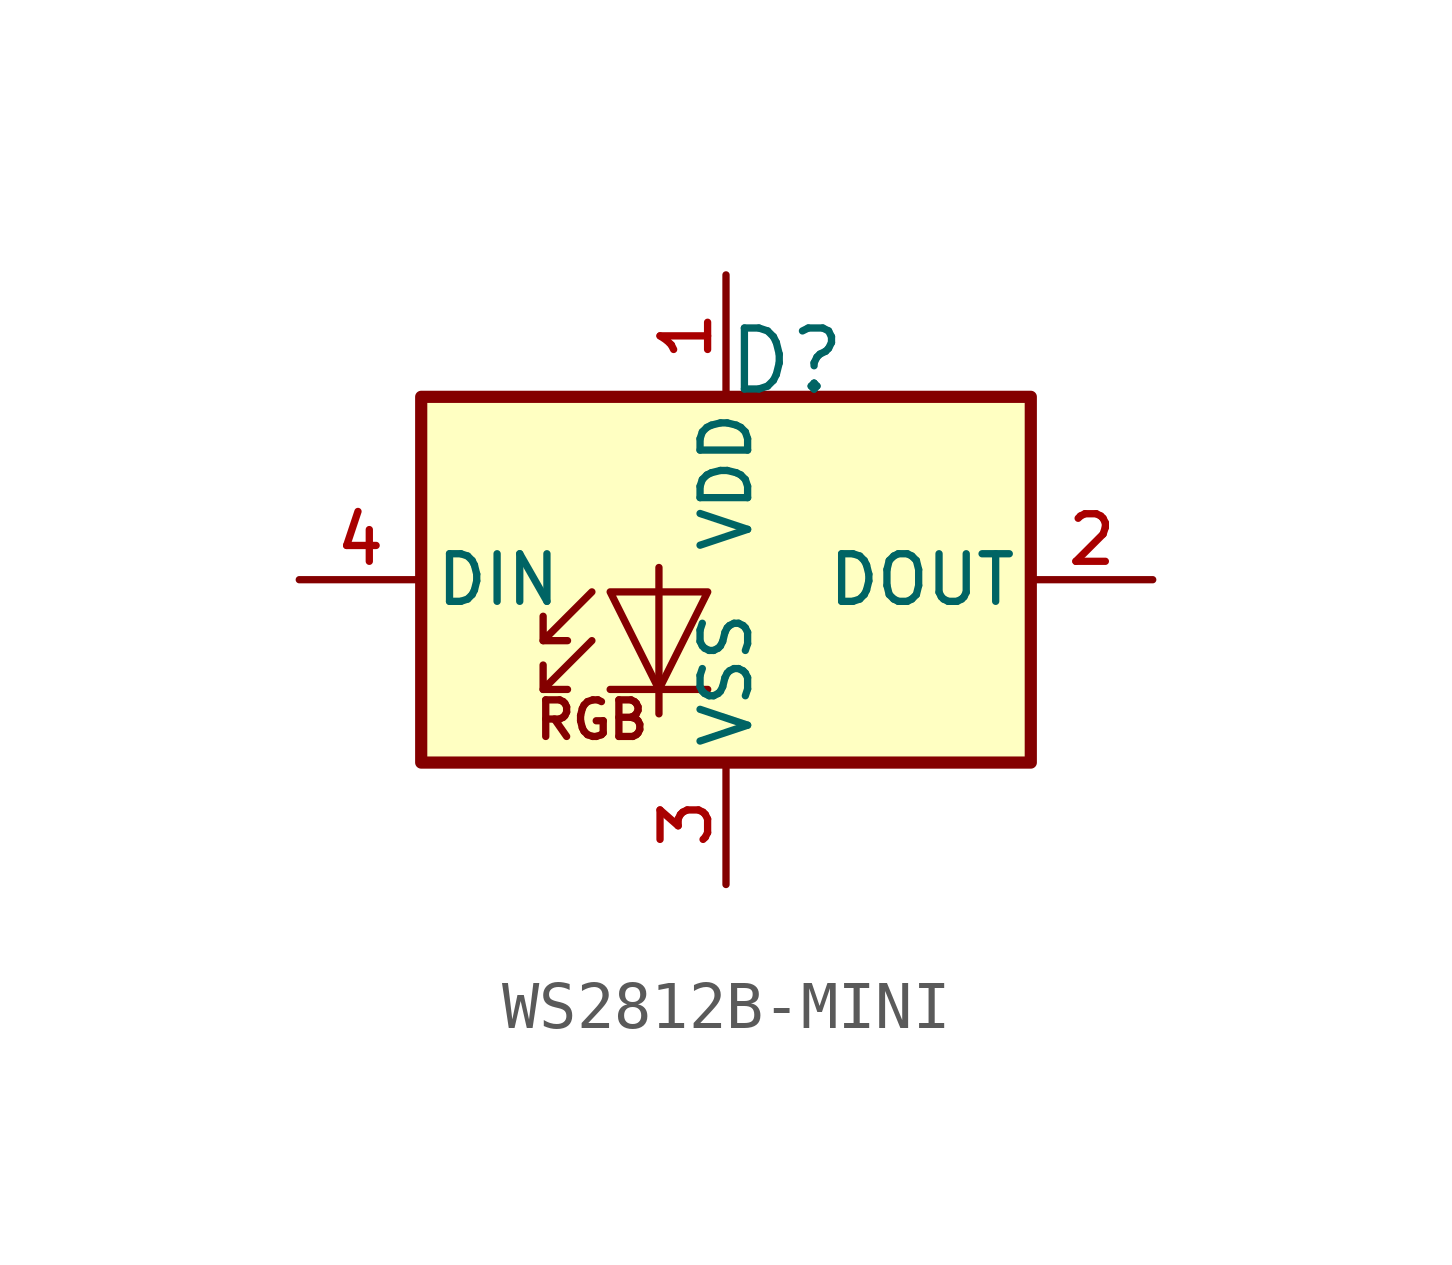
<source format=kicad_sym>
(kicad_symbol_lib
  (version 20211014)
  (generator kicad_symbol_editor)
  (symbol "WS2812B-MINI"
    (pin_names
      (offset 0.254))
    (property "Reference" "D"
      (at 2.54 3.81 0)
      (effects (font (size 1.27 1.27)) (justify right bottom)))
    (symbol "WS2812B-MINI_0_0"
      (text "RGB" (at -2.794 -2.921 0) (effects (font (size 0.762 0.762)))))
    (symbol "WS2812B-MINI_0_1"
      (polyline (pts (xy -3.81 -2.286) (xy -3.302 -2.286)) (stroke (width 0) (type default) (color 0 0 0 0)) (fill (type none)))
      (polyline (pts (xy -3.81 -1.27) (xy -3.302 -1.27)) (stroke (width 0) (type default) (color 0 0 0 0)) (fill (type none)))
      (polyline (pts (xy -0.381 -2.286) (xy -2.413 -2.286)) (stroke (width 0) (type default) (color 0 0 0 0)) (fill (type none)))
      (polyline (pts (xy -2.794 -1.27) (xy -3.81 -2.286) (xy -3.81 -1.778)) (stroke (width 0) (type default) (color 0 0 0 0)) (fill (type none)))
      (polyline (pts (xy -2.794 -0.254) (xy -3.81 -1.27) (xy -3.81 -0.762)) (stroke (width 0) (type default) (color 0 0 0 0)) (fill (type none)))
      (polyline (pts (xy -1.397 0.254) (xy -1.397 -2.286) (xy -1.397 -2.794)) (stroke (width 0) (type default) (color 0 0 0 0)) (fill (type none)))
      (polyline (pts (xy -0.381 -0.254) (xy -2.413 -0.254) (xy -1.397 -2.286) (xy -0.381 -0.254)) (stroke (width 0) (type default) (color 0 0 0 0)) (fill (type none)))
      (rectangle (start 6.35 3.81) (end -6.35 -3.81) (stroke (width 0.254) (type default) (color 0 0 0 0)) (fill (type background))))
    (symbol "WS2812B-MINI_1_1"
      (pin power_in line (at 0 6.35 270) (length 2.54) (name "VDD" (effects (font (size 0.991 0.991)))) (number "1" (effects (font (size 0.991 0.991)))))
      (pin output line (at 8.89 0 180) (length 2.54) (name "DOUT" (effects (font (size 0.991 0.991)))) (number "2" (effects (font (size 0.991 0.991)))))
      (pin power_in line (at 0 -6.35 90) (length 2.54) (name "VSS" (effects (font (size 0.991 0.991)))) (number "3" (effects (font (size 0.991 0.991)))))
      (pin input line (at -8.89 0 0) (length 2.54) (name "DIN" (effects (font (size 0.991 0.991)))) (number "4" (effects (font (size 0.991 0.991))))))))
</source>
